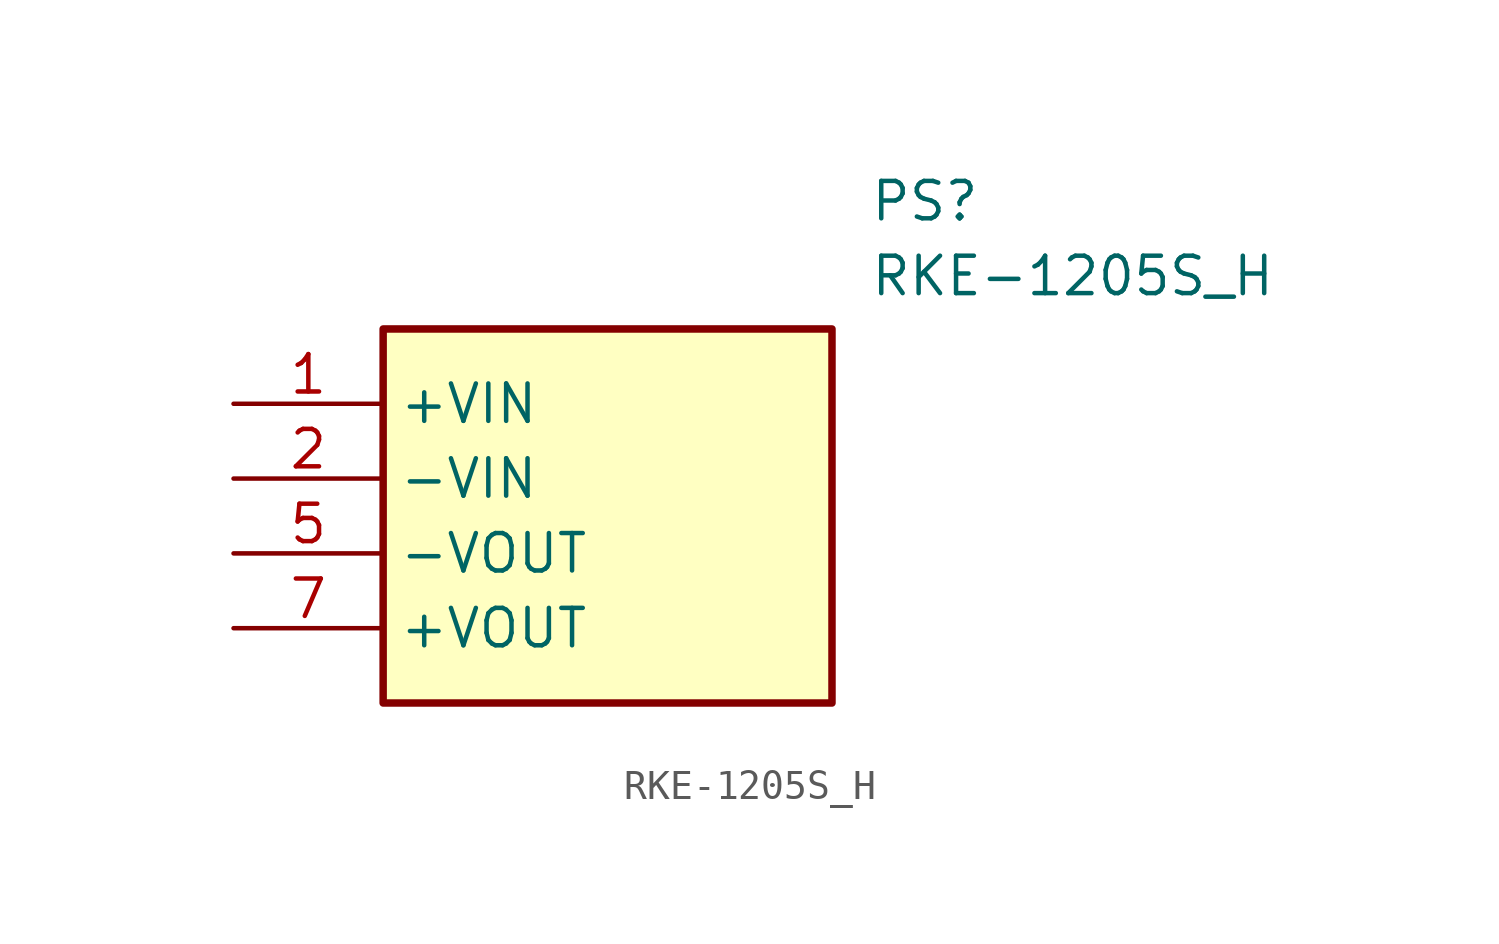
<source format=kicad_sym>
(kicad_symbol_lib
  (version 20211014)
  (generator SamacSys_ECAD_Model)
  (symbol "RKE-1205S_H"
    (property "Reference" "PS"
      (at 21.59 7.62 0)
      (effects (font (size 1.27 1.27)) (justify left top)))
    (property "Value" "RKE-1205S_H"
      (at 21.59 5.08 0)
      (effects (font (size 1.27 1.27)) (justify left top)))
    (rectangle
      (start 5.08 2.54)
      (end 20.32 -10.16)
      (stroke (width 0.254) (type default))
      (fill (type background)))
    (pin passive line
      (at 0 0 0)
      (length 5.08)
      (name "+VIN" (effects (font (size 1.27 1.27))))
      (number "1" (effects (font (size 1.27 1.27)))))
    (pin passive line
      (at 0 -2.54 0)
      (length 5.08)
      (name "-VIN" (effects (font (size 1.27 1.27))))
      (number "2" (effects (font (size 1.27 1.27)))))
    (pin passive line
      (at 0 -5.08 0)
      (length 5.08)
      (name "-VOUT" (effects (font (size 1.27 1.27))))
      (number "5" (effects (font (size 1.27 1.27)))))
    (pin passive line
      (at 0 -7.62 0)
      (length 5.08)
      (name "+VOUT" (effects (font (size 1.27 1.27))))
      (number "7" (effects (font (size 1.27 1.27)))))))
</source>
